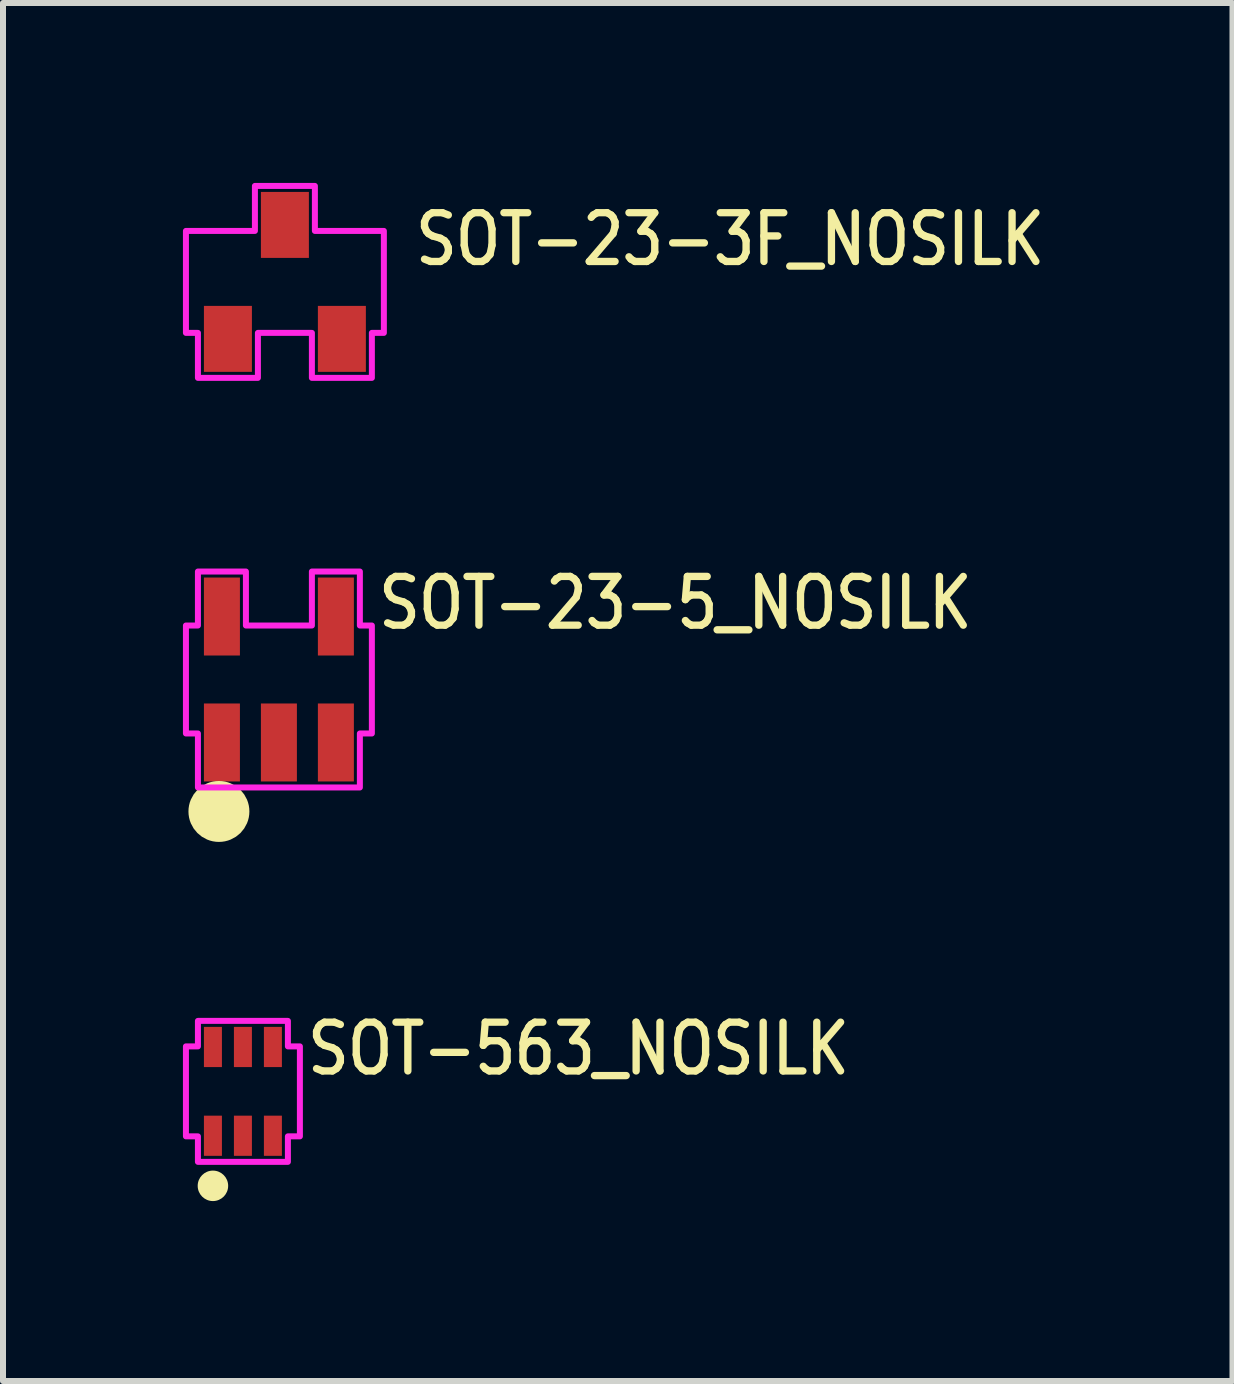
<source format=kicad_pcb>
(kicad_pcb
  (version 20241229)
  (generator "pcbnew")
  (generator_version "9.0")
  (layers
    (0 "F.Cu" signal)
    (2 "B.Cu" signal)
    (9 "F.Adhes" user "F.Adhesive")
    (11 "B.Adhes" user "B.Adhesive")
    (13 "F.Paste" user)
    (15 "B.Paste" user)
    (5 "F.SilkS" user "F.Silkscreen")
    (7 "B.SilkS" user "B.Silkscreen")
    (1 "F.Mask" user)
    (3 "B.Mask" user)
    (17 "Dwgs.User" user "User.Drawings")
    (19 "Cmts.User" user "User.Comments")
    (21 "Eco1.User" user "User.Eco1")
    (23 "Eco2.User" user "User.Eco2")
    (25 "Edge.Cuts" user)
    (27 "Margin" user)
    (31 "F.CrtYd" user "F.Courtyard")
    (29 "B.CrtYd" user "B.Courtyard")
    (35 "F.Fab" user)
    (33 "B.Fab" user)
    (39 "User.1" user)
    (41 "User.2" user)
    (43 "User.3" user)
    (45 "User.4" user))
  (footprint "SOT-23-3F_NOSILK"
    (layer "F.Cu")
    (at 1.7 1.65)
    (property "Reference" "SOT-23-3F_NOSILK" (at 2.115 -0.235 0) (unlocked yes) (layer "F.SilkS") (effects (font (size 0.813 0.695) (thickness 0.122)) (justify left bottom)))
    (fp_poly (pts (xy -0.5 -0.85) (xy -0.5 -1.6) (xy 0.5 -1.6) (xy 0.5 -0.85) (xy 1.65 -0.85) (xy 1.65 0.85) (xy 1.45 0.85) (xy 1.45 1.6) (xy 0.45 1.6) (xy 0.45 0.85) (xy -0.45 0.85) (xy -0.45 1.6) (xy -1.45 1.6) (xy -1.45 0.85) (xy -1.65 0.85) (xy -1.65 -0.85)) (stroke (width 0.1) (type solid)) (fill no) (layer "F.CrtYd"))
    (pad "1" smd rect (at -0.95 0.95) (size 0.8 1.1) (layers "F.Cu" "F.Mask" "F.Paste"))
    (pad "2" smd rect (at 0.95 0.95) (size 0.8 1.1) (layers "F.Cu" "F.Mask" "F.Paste"))
    (pad "3" smd rect (at 0 -0.95) (size 0.8 1.1) (layers "F.Cu" "F.Mask" "F.Paste")))
  (footprint "SOT-563_NOSILK"
    (layer "F.Cu")
    (at 1 15.146)
    (property "Reference" "SOT-563_NOSILK" (at 1.015 -0.235 0) (unlocked yes) (layer "F.SilkS") (effects (font (size 0.813 0.695) (thickness 0.122)) (justify left bottom)))
    (fp_circle (center -0.5 1.575) (end -0.246 1.575) (stroke (width 0) (type solid)) (fill yes) (layer "F.SilkS"))
    (fp_poly (pts (xy -0.75 -0.75) (xy -0.75 -1.175) (xy 0.75 -1.175) (xy 0.75 -0.75) (xy 0.95 -0.75) (xy 0.95 0.75) (xy 0.75 0.75) (xy 0.75 1.175) (xy -0.75 1.175) (xy -0.75 0.75) (xy -0.95 0.75) (xy -0.95 -0.75)) (stroke (width 0.1) (type solid)) (fill no) (layer "F.CrtYd"))
    (pad "1" smd rect (at -0.5 0.74) (size 0.3 0.67) (layers "F.Cu" "F.Mask" "F.Paste"))
    (pad "2" smd rect (at 0 0.74) (size 0.3 0.67) (layers "F.Cu" "F.Mask" "F.Paste"))
    (pad "3" smd rect (at 0.5 0.74) (size 0.3 0.67) (layers "F.Cu" "F.Mask" "F.Paste"))
    (pad "4" smd rect (at 0.5 -0.74) (size 0.3 0.67) (layers "F.Cu" "F.Mask" "F.Paste"))
    (pad "5" smd rect (at 0 -0.74) (size 0.3 0.67) (layers "F.Cu" "F.Mask" "F.Paste"))
    (pad "6" smd rect (at -0.5 -0.74) (size 0.3 0.67) (layers "F.Cu" "F.Mask" "F.Paste")))
  (footprint "SOT-23-5_NOSILK"
    (layer "F.Cu")
    (at 1.6 8.279)
    (property "Reference" "SOT-23-5_NOSILK" (at 1.6 -0.8 0) (unlocked yes) (layer "F.SilkS") (effects (font (size 0.813 0.695) (thickness 0.122)) (justify left bottom)))
    (fp_circle (center -1 2.2) (end -1 2.2) (stroke (width 0.508) (type solid)) (fill no) (layer "F.SilkS"))
    (fp_poly (pts (xy -1.35 -1.8) (xy -0.55 -1.8) (xy -0.55 -0.9) (xy 0.55 -0.9) (xy 0.55 -1.8) (xy 1.35 -1.8) (xy 1.35 -0.9) (xy 1.55 -0.9) (xy 1.55 0.9) (xy 1.35 0.9) (xy 1.35 1.8) (xy -1.35 1.8) (xy -1.35 0.9) (xy -1.55 0.9) (xy -1.55 -0.9) (xy -1.35 -0.9)) (stroke (width 0.1) (type solid)) (fill no) (layer "F.CrtYd"))
    (pad "1" smd rect (at -0.95 1.05) (size 0.6 1.3) (layers "F.Cu" "F.Mask" "F.Paste"))
    (pad "2" smd rect (at 0 1.05) (size 0.6 1.3) (layers "F.Cu" "F.Mask" "F.Paste"))
    (pad "3" smd rect (at 0.95 1.05) (size 0.6 1.3) (layers "F.Cu" "F.Mask" "F.Paste"))
    (pad "4" smd rect (at 0.95 -1.05) (size 0.6 1.3) (layers "F.Cu" "F.Mask" "F.Paste"))
    (pad "5" smd rect (at -0.95 -1.05) (size 0.6 1.3) (layers "F.Cu" "F.Mask" "F.Paste")))
  (gr_rect
    (start -3 -3)
    (end 17.499 19.975)
    (stroke (width 0.1) (type default))
    (fill no)
    (layer "Edge.Cuts")))
</source>
